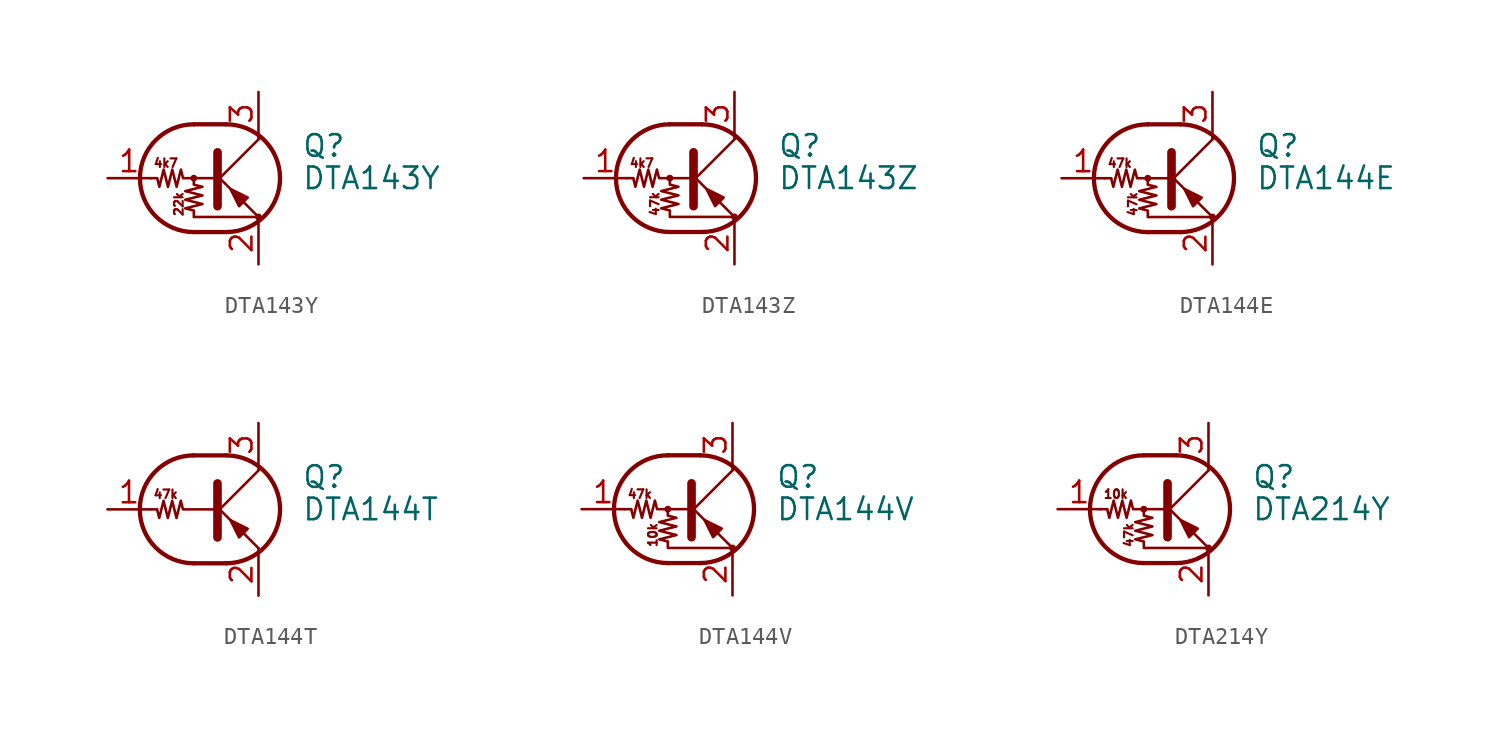
<source format=kicad_sym>
(kicad_symbol_lib
  (version 20220914)
  (generator kicad_symbol_editor)
  (symbol "DTA143Y"
    (pin_names
      (offset 0) hide)
    (property "Reference" "Q"
      (at 5.08 1.905 0)
      (effects (font (size 1.27 1.27)) (justify left)))
    (property "Value" "DTA143Y"
      (at 5.08 0 0)
      (effects (font (size 1.27 1.27)) (justify left)))
    (symbol "DTA143Y_0_0"
      (text "22k" (at -2.159 -1.524 900) (effects (font (size 0.508 0.508))))
      (text "4k7" (at -2.921 0.889 0) (effects (font (size 0.508 0.508)))))
    (symbol "DTA143Y_0_1"
      (circle (center -1.27 0) (radius 0.127) (stroke (width 0) (type solid)) (fill (type none)))
      (arc (start -1.27 3.175) (mid -4.4312 0) (end -1.27 -3.175) (stroke (width 0.254) (type solid)) (fill (type none)))
      (polyline (pts (xy -3.429 0) (xy -3.81 0)) (stroke (width 0) (type solid)) (fill (type none)))
      (polyline (pts (xy -1.27 -3.175) (xy 0.635 -3.175)) (stroke (width 0.254) (type solid)) (fill (type none)))
      (polyline (pts (xy -1.27 3.175) (xy 0.635 3.175)) (stroke (width 0.254) (type solid)) (fill (type none)))
      (polyline (pts (xy 0 -0.254) (xy 2.54 2.286)) (stroke (width 0) (type solid)) (fill (type none)))
      (polyline (pts (xy 0.127 1.524) (xy 0.127 -1.651)) (stroke (width 0.508) (type solid)) (fill (type outline)))
      (polyline (pts (xy 2.54 2.286) (xy 2.54 2.54)) (stroke (width 0) (type solid)) (fill (type none)))
      (polyline (pts (xy 2.54 -2.286) (xy 0 0.254) (xy 0 0.254)) (stroke (width 0) (type solid)) (fill (type none)))
      (polyline (pts (xy 1.397 -1.651) (xy 1.905 -1.143) (xy 0.889 -0.635) (xy 1.397 -1.651)) (stroke (width 0) (type solid)) (fill (type outline)))
      (polyline (pts (xy 0 0) (xy -1.905 0) (xy -2.032 0.508) (xy -2.286 -0.508) (xy -2.54 0.508) (xy -2.794 -0.508) (xy -3.048 0.508) (xy -3.302 -0.508) (xy -3.429 0)) (stroke (width 0) (type solid)) (fill (type none)))
      (polyline (pts (xy -1.27 0) (xy -1.27 -0.381) (xy -0.762 -0.508) (xy -1.778 -0.762) (xy -0.762 -1.016) (xy -1.778 -1.27) (xy -0.762 -1.524) (xy -1.778 -1.778) (xy -1.27 -1.905) (xy -1.27 -2.286) (xy 2.54 -2.286)) (stroke (width 0) (type solid)) (fill (type none)))
      (arc (start 0.635 -3.175) (mid 3.7962 0) (end 0.635 3.175) (stroke (width 0.254) (type solid)) (fill (type none)))
      (circle (center 2.54 -2.286) (radius 0.127) (stroke (width 0) (type solid)) (fill (type none))))
    (symbol "DTA143Y_1_1"
      (pin input line (at -6.35 0 0) (length 2.54) (name "B" (effects (font (size 1.27 1.27)))) (number "1" (effects (font (size 1.27 1.27)))))
      (pin passive line (at 2.54 -5.08 90) (length 2.54) (name "E" (effects (font (size 1.27 1.27)))) (number "2" (effects (font (size 1.27 1.27)))))
      (pin passive line (at 2.54 5.08 270) (length 2.54) (name "C" (effects (font (size 1.27 1.27)))) (number "3" (effects (font (size 1.27 1.27)))))))
  (symbol "DTA143Z"
    (pin_names
      (offset 0) hide)
    (property "Reference" "Q"
      (at 5.08 1.905 0)
      (effects (font (size 1.27 1.27)) (justify left)))
    (property "Value" "DTA143Z"
      (at 5.08 0 0)
      (effects (font (size 1.27 1.27)) (justify left)))
    (symbol "DTA143Z_0_0"
      (text "47k" (at -2.159 -1.524 900) (effects (font (size 0.508 0.508))))
      (text "4k7" (at -2.921 0.889 0) (effects (font (size 0.508 0.508)))))
    (symbol "DTA143Z_0_1"
      (circle (center -1.27 0) (radius 0.127) (stroke (width 0) (type solid)) (fill (type none)))
      (arc (start -1.27 3.175) (mid -4.4312 0) (end -1.27 -3.175) (stroke (width 0.254) (type solid)) (fill (type none)))
      (polyline (pts (xy -3.429 0) (xy -3.81 0)) (stroke (width 0) (type solid)) (fill (type none)))
      (polyline (pts (xy -1.27 -3.175) (xy 0.635 -3.175)) (stroke (width 0.254) (type solid)) (fill (type none)))
      (polyline (pts (xy -1.27 3.175) (xy 0.635 3.175)) (stroke (width 0.254) (type solid)) (fill (type none)))
      (polyline (pts (xy 0 -0.254) (xy 2.54 2.286)) (stroke (width 0) (type solid)) (fill (type none)))
      (polyline (pts (xy 0.127 1.524) (xy 0.127 -1.651)) (stroke (width 0.508) (type solid)) (fill (type outline)))
      (polyline (pts (xy 2.54 2.286) (xy 2.54 2.54)) (stroke (width 0) (type solid)) (fill (type none)))
      (polyline (pts (xy 2.54 -2.286) (xy 0 0.254) (xy 0 0.254)) (stroke (width 0) (type solid)) (fill (type none)))
      (polyline (pts (xy 1.397 -1.651) (xy 1.905 -1.143) (xy 0.889 -0.635) (xy 1.397 -1.651)) (stroke (width 0) (type solid)) (fill (type outline)))
      (polyline (pts (xy 0 0) (xy -1.905 0) (xy -2.032 0.508) (xy -2.286 -0.508) (xy -2.54 0.508) (xy -2.794 -0.508) (xy -3.048 0.508) (xy -3.302 -0.508) (xy -3.429 0)) (stroke (width 0) (type solid)) (fill (type none)))
      (polyline (pts (xy -1.27 0) (xy -1.27 -0.381) (xy -0.762 -0.508) (xy -1.778 -0.762) (xy -0.762 -1.016) (xy -1.778 -1.27) (xy -0.762 -1.524) (xy -1.778 -1.778) (xy -1.27 -1.905) (xy -1.27 -2.286) (xy 2.54 -2.286)) (stroke (width 0) (type solid)) (fill (type none)))
      (arc (start 0.635 -3.175) (mid 3.7962 0) (end 0.635 3.175) (stroke (width 0.254) (type solid)) (fill (type none)))
      (circle (center 2.54 -2.286) (radius 0.127) (stroke (width 0) (type solid)) (fill (type none))))
    (symbol "DTA143Z_1_1"
      (pin input line (at -6.35 0 0) (length 2.54) (name "B" (effects (font (size 1.27 1.27)))) (number "1" (effects (font (size 1.27 1.27)))))
      (pin passive line (at 2.54 -5.08 90) (length 2.54) (name "E" (effects (font (size 1.27 1.27)))) (number "2" (effects (font (size 1.27 1.27)))))
      (pin passive line (at 2.54 5.08 270) (length 2.54) (name "C" (effects (font (size 1.27 1.27)))) (number "3" (effects (font (size 1.27 1.27)))))))
  (symbol "DTA144E"
    (pin_names
      (offset 0) hide)
    (property "Reference" "Q"
      (at 5.08 1.905 0)
      (effects (font (size 1.27 1.27)) (justify left)))
    (property "Value" "DTA144E"
      (at 5.08 0 0)
      (effects (font (size 1.27 1.27)) (justify left)))
    (symbol "DTA144E_0_0"
      (text "47k" (at -2.921 0.889 0) (effects (font (size 0.508 0.508))))
      (text "47k" (at -2.159 -1.524 900) (effects (font (size 0.508 0.508)))))
    (symbol "DTA144E_0_1"
      (circle (center -1.27 0) (radius 0.127) (stroke (width 0) (type solid)) (fill (type none)))
      (arc (start -1.27 3.175) (mid -4.4312 0) (end -1.27 -3.175) (stroke (width 0.254) (type solid)) (fill (type none)))
      (polyline (pts (xy -3.429 0) (xy -3.81 0)) (stroke (width 0) (type solid)) (fill (type none)))
      (polyline (pts (xy -1.27 -3.175) (xy 0.635 -3.175)) (stroke (width 0.254) (type solid)) (fill (type none)))
      (polyline (pts (xy -1.27 3.175) (xy 0.635 3.175)) (stroke (width 0.254) (type solid)) (fill (type none)))
      (polyline (pts (xy 0 -0.254) (xy 2.54 2.286)) (stroke (width 0) (type solid)) (fill (type none)))
      (polyline (pts (xy 0.127 1.524) (xy 0.127 -1.651)) (stroke (width 0.508) (type solid)) (fill (type outline)))
      (polyline (pts (xy 2.54 2.286) (xy 2.54 2.54)) (stroke (width 0) (type solid)) (fill (type none)))
      (polyline (pts (xy 2.54 -2.286) (xy 0 0.254) (xy 0 0.254)) (stroke (width 0) (type solid)) (fill (type none)))
      (polyline (pts (xy 1.397 -1.651) (xy 1.905 -1.143) (xy 0.889 -0.635) (xy 1.397 -1.651)) (stroke (width 0) (type solid)) (fill (type outline)))
      (polyline (pts (xy 0 0) (xy -1.905 0) (xy -2.032 0.508) (xy -2.286 -0.508) (xy -2.54 0.508) (xy -2.794 -0.508) (xy -3.048 0.508) (xy -3.302 -0.508) (xy -3.429 0)) (stroke (width 0) (type solid)) (fill (type none)))
      (polyline (pts (xy -1.27 0) (xy -1.27 -0.381) (xy -0.762 -0.508) (xy -1.778 -0.762) (xy -0.762 -1.016) (xy -1.778 -1.27) (xy -0.762 -1.524) (xy -1.778 -1.778) (xy -1.27 -1.905) (xy -1.27 -2.286) (xy 2.54 -2.286)) (stroke (width 0) (type solid)) (fill (type none)))
      (arc (start 0.635 -3.175) (mid 3.7962 0) (end 0.635 3.175) (stroke (width 0.254) (type solid)) (fill (type none)))
      (circle (center 2.54 -2.286) (radius 0.127) (stroke (width 0) (type solid)) (fill (type none))))
    (symbol "DTA144E_1_1"
      (pin input line (at -6.35 0 0) (length 2.54) (name "B" (effects (font (size 1.27 1.27)))) (number "1" (effects (font (size 1.27 1.27)))))
      (pin passive line (at 2.54 -5.08 90) (length 2.54) (name "E" (effects (font (size 1.27 1.27)))) (number "2" (effects (font (size 1.27 1.27)))))
      (pin passive line (at 2.54 5.08 270) (length 2.54) (name "C" (effects (font (size 1.27 1.27)))) (number "3" (effects (font (size 1.27 1.27)))))))
  (symbol "DTA144T"
    (pin_names
      (offset 0) hide)
    (property "Reference" "Q"
      (at 5.08 1.905 0)
      (effects (font (size 1.27 1.27)) (justify left)))
    (property "Value" "DTA144T"
      (at 5.08 0 0)
      (effects (font (size 1.27 1.27)) (justify left)))
    (symbol "DTA144T_0_0"
      (polyline (pts (xy 2.54 -2.286) (xy 2.54 -2.54)) (stroke (width 0) (type solid)) (fill (type none)))
      (text "47k" (at -2.921 0.889 0) (effects (font (size 0.508 0.508)))))
    (symbol "DTA144T_0_1"
      (arc (start -1.27 3.175) (mid -4.4312 0) (end -1.27 -3.175) (stroke (width 0.254) (type solid)) (fill (type none)))
      (polyline (pts (xy -3.429 0) (xy -3.81 0)) (stroke (width 0) (type solid)) (fill (type none)))
      (polyline (pts (xy -1.27 -3.175) (xy 0.635 -3.175)) (stroke (width 0.254) (type solid)) (fill (type none)))
      (polyline (pts (xy -1.27 3.175) (xy 0.635 3.175)) (stroke (width 0.254) (type solid)) (fill (type none)))
      (polyline (pts (xy 0 -0.254) (xy 2.54 2.286)) (stroke (width 0) (type solid)) (fill (type none)))
      (polyline (pts (xy 0.127 1.524) (xy 0.127 -1.651)) (stroke (width 0.508) (type solid)) (fill (type outline)))
      (polyline (pts (xy 2.54 2.286) (xy 2.54 2.54)) (stroke (width 0) (type solid)) (fill (type none)))
      (polyline (pts (xy 2.54 -2.286) (xy 0 0.254) (xy 0 0.254)) (stroke (width 0) (type solid)) (fill (type none)))
      (polyline (pts (xy 1.397 -1.651) (xy 1.905 -1.143) (xy 0.889 -0.635) (xy 1.397 -1.651)) (stroke (width 0) (type solid)) (fill (type outline)))
      (polyline (pts (xy 0 0) (xy -1.905 0) (xy -2.032 0.508) (xy -2.286 -0.508) (xy -2.54 0.508) (xy -2.794 -0.508) (xy -3.048 0.508) (xy -3.302 -0.508) (xy -3.429 0)) (stroke (width 0) (type solid)) (fill (type none)))
      (arc (start 0.635 -3.175) (mid 3.7962 0) (end 0.635 3.175) (stroke (width 0.254) (type solid)) (fill (type none))))
    (symbol "DTA144T_1_1"
      (pin input line (at -6.35 0 0) (length 2.54) (name "B" (effects (font (size 1.27 1.27)))) (number "1" (effects (font (size 1.27 1.27)))))
      (pin passive line (at 2.54 -5.08 90) (length 2.54) (name "E" (effects (font (size 1.27 1.27)))) (number "2" (effects (font (size 1.27 1.27)))))
      (pin passive line (at 2.54 5.08 270) (length 2.54) (name "C" (effects (font (size 1.27 1.27)))) (number "3" (effects (font (size 1.27 1.27)))))))
  (symbol "DTA144V"
    (pin_names
      (offset 0) hide)
    (property "Reference" "Q"
      (at 5.08 1.905 0)
      (effects (font (size 1.27 1.27)) (justify left)))
    (property "Value" "DTA144V"
      (at 5.08 0 0)
      (effects (font (size 1.27 1.27)) (justify left)))
    (symbol "DTA144V_0_0"
      (text "10k" (at -2.159 -1.524 900) (effects (font (size 0.508 0.508))))
      (text "47k" (at -2.921 0.889 0) (effects (font (size 0.508 0.508)))))
    (symbol "DTA144V_0_1"
      (circle (center -1.27 0) (radius 0.127) (stroke (width 0) (type solid)) (fill (type none)))
      (arc (start -1.27 3.175) (mid -4.4312 0) (end -1.27 -3.175) (stroke (width 0.254) (type solid)) (fill (type none)))
      (polyline (pts (xy -3.429 0) (xy -3.81 0)) (stroke (width 0) (type solid)) (fill (type none)))
      (polyline (pts (xy -1.27 -3.175) (xy 0.635 -3.175)) (stroke (width 0.254) (type solid)) (fill (type none)))
      (polyline (pts (xy -1.27 3.175) (xy 0.635 3.175)) (stroke (width 0.254) (type solid)) (fill (type none)))
      (polyline (pts (xy 0 -0.254) (xy 2.54 2.286)) (stroke (width 0) (type solid)) (fill (type none)))
      (polyline (pts (xy 0.127 1.524) (xy 0.127 -1.651)) (stroke (width 0.508) (type solid)) (fill (type outline)))
      (polyline (pts (xy 2.54 2.286) (xy 2.54 2.54)) (stroke (width 0) (type solid)) (fill (type none)))
      (polyline (pts (xy 2.54 -2.286) (xy 0 0.254) (xy 0 0.254)) (stroke (width 0) (type solid)) (fill (type none)))
      (polyline (pts (xy 1.397 -1.651) (xy 1.905 -1.143) (xy 0.889 -0.635) (xy 1.397 -1.651)) (stroke (width 0) (type solid)) (fill (type outline)))
      (polyline (pts (xy 0 0) (xy -1.905 0) (xy -2.032 0.508) (xy -2.286 -0.508) (xy -2.54 0.508) (xy -2.794 -0.508) (xy -3.048 0.508) (xy -3.302 -0.508) (xy -3.429 0)) (stroke (width 0) (type solid)) (fill (type none)))
      (polyline (pts (xy -1.27 0) (xy -1.27 -0.381) (xy -0.762 -0.508) (xy -1.778 -0.762) (xy -0.762 -1.016) (xy -1.778 -1.27) (xy -0.762 -1.524) (xy -1.778 -1.778) (xy -1.27 -1.905) (xy -1.27 -2.286) (xy 2.54 -2.286)) (stroke (width 0) (type solid)) (fill (type none)))
      (arc (start 0.635 -3.175) (mid 3.7962 0) (end 0.635 3.175) (stroke (width 0.254) (type solid)) (fill (type none)))
      (circle (center 2.54 -2.286) (radius 0.127) (stroke (width 0) (type solid)) (fill (type none))))
    (symbol "DTA144V_1_1"
      (pin input line (at -6.35 0 0) (length 2.54) (name "B" (effects (font (size 1.27 1.27)))) (number "1" (effects (font (size 1.27 1.27)))))
      (pin passive line (at 2.54 -5.08 90) (length 2.54) (name "E" (effects (font (size 1.27 1.27)))) (number "2" (effects (font (size 1.27 1.27)))))
      (pin passive line (at 2.54 5.08 270) (length 2.54) (name "C" (effects (font (size 1.27 1.27)))) (number "3" (effects (font (size 1.27 1.27)))))))
  (symbol "DTA214Y"
    (pin_names
      (offset 0) hide)
    (property "Reference" "Q"
      (at 5.08 1.905 0)
      (effects (font (size 1.27 1.27)) (justify left)))
    (property "Value" "DTA214Y"
      (at 5.08 0 0)
      (effects (font (size 1.27 1.27)) (justify left)))
    (symbol "DTA214Y_0_0"
      (text "10k" (at -2.921 0.889 0) (effects (font (size 0.508 0.508))))
      (text "47k" (at -2.159 -1.524 900) (effects (font (size 0.508 0.508)))))
    (symbol "DTA214Y_0_1"
      (circle (center -1.27 0) (radius 0.127) (stroke (width 0) (type solid)) (fill (type none)))
      (arc (start -1.27 3.175) (mid -4.4312 0) (end -1.27 -3.175) (stroke (width 0.254) (type solid)) (fill (type none)))
      (polyline (pts (xy -3.429 0) (xy -3.81 0)) (stroke (width 0) (type solid)) (fill (type none)))
      (polyline (pts (xy -1.27 -3.175) (xy 0.635 -3.175)) (stroke (width 0.254) (type solid)) (fill (type none)))
      (polyline (pts (xy -1.27 3.175) (xy 0.635 3.175)) (stroke (width 0.254) (type solid)) (fill (type none)))
      (polyline (pts (xy 0 -0.254) (xy 2.54 2.286)) (stroke (width 0) (type solid)) (fill (type none)))
      (polyline (pts (xy 0.127 1.524) (xy 0.127 -1.651)) (stroke (width 0.508) (type solid)) (fill (type outline)))
      (polyline (pts (xy 2.54 2.286) (xy 2.54 2.54)) (stroke (width 0) (type solid)) (fill (type none)))
      (polyline (pts (xy 2.54 -2.286) (xy 0 0.254) (xy 0 0.254)) (stroke (width 0) (type solid)) (fill (type none)))
      (polyline (pts (xy 1.397 -1.651) (xy 1.905 -1.143) (xy 0.889 -0.635) (xy 1.397 -1.651)) (stroke (width 0) (type solid)) (fill (type outline)))
      (polyline (pts (xy 0 0) (xy -1.905 0) (xy -2.032 0.508) (xy -2.286 -0.508) (xy -2.54 0.508) (xy -2.794 -0.508) (xy -3.048 0.508) (xy -3.302 -0.508) (xy -3.429 0)) (stroke (width 0) (type solid)) (fill (type none)))
      (polyline (pts (xy -1.27 0) (xy -1.27 -0.381) (xy -0.762 -0.508) (xy -1.778 -0.762) (xy -0.762 -1.016) (xy -1.778 -1.27) (xy -0.762 -1.524) (xy -1.778 -1.778) (xy -1.27 -1.905) (xy -1.27 -2.286) (xy 2.54 -2.286)) (stroke (width 0) (type solid)) (fill (type none)))
      (arc (start 0.635 -3.175) (mid 3.7962 0) (end 0.635 3.175) (stroke (width 0.254) (type solid)) (fill (type none)))
      (circle (center 2.54 -2.286) (radius 0.127) (stroke (width 0) (type solid)) (fill (type none))))
    (symbol "DTA214Y_1_1"
      (pin input line (at -6.35 0 0) (length 2.54) (name "B" (effects (font (size 1.27 1.27)))) (number "1" (effects (font (size 1.27 1.27)))))
      (pin passive line (at 2.54 -5.08 90) (length 2.54) (name "E" (effects (font (size 1.27 1.27)))) (number "2" (effects (font (size 1.27 1.27)))))
      (pin passive line (at 2.54 5.08 270) (length 2.54) (name "C" (effects (font (size 1.27 1.27)))) (number "3" (effects (font (size 1.27 1.27))))))))
</source>
